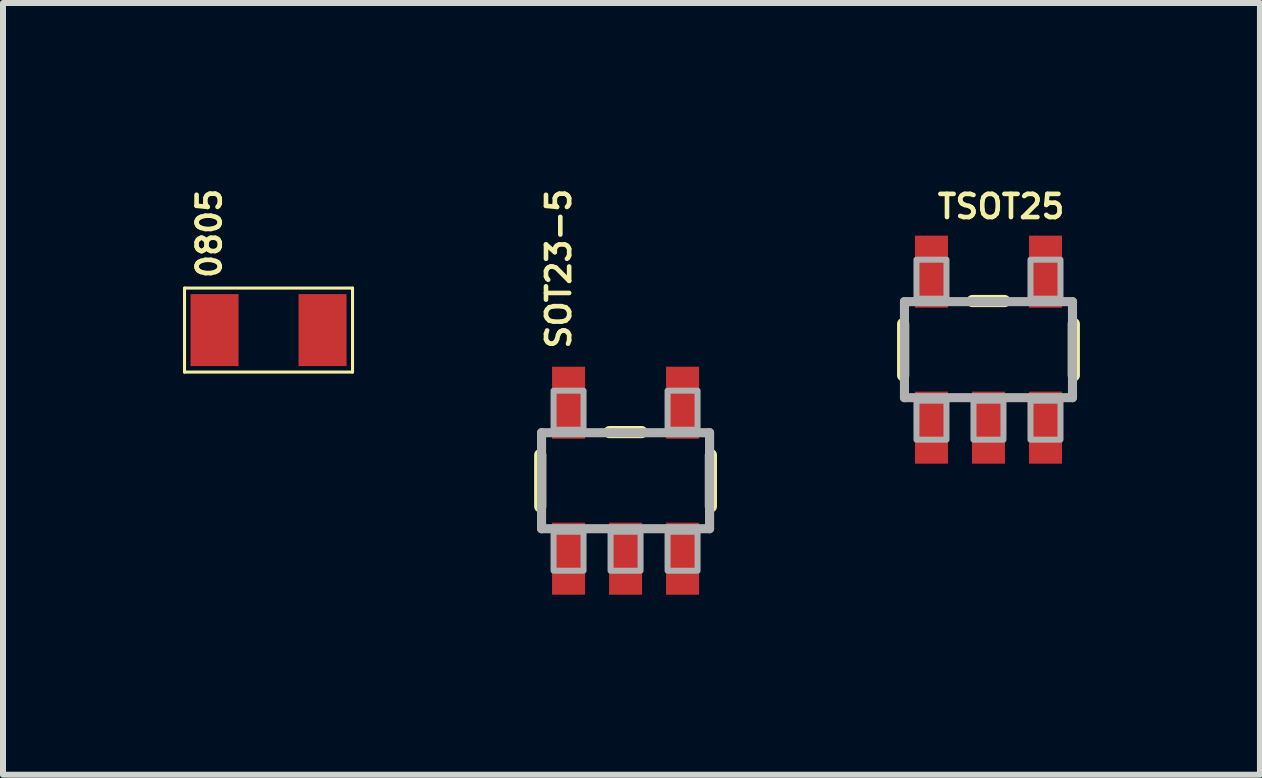
<source format=kicad_pcb>
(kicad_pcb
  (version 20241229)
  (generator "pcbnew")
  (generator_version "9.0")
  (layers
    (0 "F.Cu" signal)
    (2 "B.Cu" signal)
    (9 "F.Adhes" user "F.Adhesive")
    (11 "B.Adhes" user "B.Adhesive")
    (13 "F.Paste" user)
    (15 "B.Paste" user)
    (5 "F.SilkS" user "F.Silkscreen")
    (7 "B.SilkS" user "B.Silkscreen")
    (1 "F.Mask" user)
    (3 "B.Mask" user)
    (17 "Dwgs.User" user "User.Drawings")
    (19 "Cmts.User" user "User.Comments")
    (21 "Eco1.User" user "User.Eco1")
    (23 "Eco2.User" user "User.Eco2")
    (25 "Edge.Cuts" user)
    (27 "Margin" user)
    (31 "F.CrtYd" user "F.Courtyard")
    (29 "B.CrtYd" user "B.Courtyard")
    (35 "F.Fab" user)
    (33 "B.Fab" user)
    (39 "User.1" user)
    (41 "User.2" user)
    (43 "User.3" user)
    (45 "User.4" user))
  (footprint "0805"
    (layer "F.Cu")
    (at 1.425 2.451)
    (property "Reference" "0805" (at -0.762 -0.826 270) (layer "F.SilkS") (effects (font (size 0.386 0.386) (thickness 0.077)) (justify left bottom)))
    (attr through_hole)
    (fp_line (start -1.4 -0.7) (end 1.4 -0.7) (stroke (width 0.051) (type solid)) (layer "F.SilkS"))
    (fp_line (start -1.4 0.7) (end -1.4 -0.7) (stroke (width 0.051) (type solid)) (layer "F.SilkS"))
    (fp_line (start 1.4 -0.7) (end 1.4 0.7) (stroke (width 0.051) (type solid)) (layer "F.SilkS"))
    (fp_line (start 1.4 0.7) (end -1.4 0.7) (stroke (width 0.051) (type solid)) (layer "F.SilkS"))
    (pad "1" smd rect (at -0.9 0) (size 0.8 1.2) (layers "F.Cu" "F.Mask" "F.Paste"))
    (pad "2" smd rect (at 0.9 0) (size 0.8 1.2) (layers "F.Cu" "F.Mask" "F.Paste")))
  (footprint "SOT23-5"
    (layer "F.Cu")
    (at 7.375 4.961)
    (property "Reference" "SOT23-5" (at -0.889 -2.159 90) (layer "F.SilkS") (effects (font (size 0.386 0.386) (thickness 0.077)) (justify left bottom)))
    (attr through_hole)
    (fp_line (start -1.422 0.429) (end -1.422 -0.429) (stroke (width 0.203) (type solid)) (layer "F.SilkS"))
    (fp_line (start -0.268 -0.81) (end 0.268 -0.81) (stroke (width 0.203) (type solid)) (layer "F.SilkS"))
    (fp_line (start 1.422 -0.429) (end 1.422 0.429) (stroke (width 0.203) (type solid)) (layer "F.SilkS"))
    (fp_line (start -1.4 -0.8) (end -1.4 0.8) (stroke (width 0.152) (type solid)) (layer "F.Fab"))
    (fp_line (start -1.4 -0.8) (end 1.4 -0.8) (stroke (width 0.152) (type solid)) (layer "F.Fab"))
    (fp_line (start 1.4 -0.8) (end 1.4 0.8) (stroke (width 0.152) (type solid)) (layer "F.Fab"))
    (fp_line (start 1.4 0.8) (end -1.4 0.8) (stroke (width 0.152) (type solid)) (layer "F.Fab"))
    (fp_poly (pts (xy -1.2 -0.85) (xy -0.7 -0.85) (xy -0.7 -1.5) (xy -1.2 -1.5)) (stroke (width 0.1) (type solid)) (fill no) (layer "F.Fab"))
    (fp_poly (pts (xy -1.2 1.5) (xy -0.7 1.5) (xy -0.7 0.85) (xy -1.2 0.85)) (stroke (width 0.1) (type solid)) (fill no) (layer "F.Fab"))
    (fp_poly (pts (xy -0.25 1.5) (xy 0.25 1.5) (xy 0.25 0.85) (xy -0.25 0.85)) (stroke (width 0.1) (type solid)) (fill no) (layer "F.Fab"))
    (fp_poly (pts (xy 0.7 -0.85) (xy 1.2 -0.85) (xy 1.2 -1.5) (xy 0.7 -1.5)) (stroke (width 0.1) (type solid)) (fill no) (layer "F.Fab"))
    (fp_poly (pts (xy 0.7 1.5) (xy 1.2 1.5) (xy 1.2 0.85) (xy 0.7 0.85)) (stroke (width 0.1) (type solid)) (fill no) (layer "F.Fab"))
    (pad "1" smd rect (at -0.95 1.3) (size 0.55 1.2) (layers "F.Cu" "F.Mask" "F.Paste"))
    (pad "2" smd rect (at 0 1.3) (size 0.55 1.2) (layers "F.Cu" "F.Mask" "F.Paste"))
    (pad "3" smd rect (at 0.95 1.3) (size 0.55 1.2) (layers "F.Cu" "F.Mask" "F.Paste"))
    (pad "4" smd rect (at 0.95 -1.3) (size 0.55 1.2) (layers "F.Cu" "F.Mask" "F.Paste"))
    (pad "5" smd rect (at -0.95 -1.3) (size 0.55 1.2) (layers "F.Cu" "F.Mask" "F.Paste")))
  (footprint "TSOT25"
    (layer "F.Cu")
    (at 13.423 2.777)
    (property "Reference" "TSOT25" (at -0.889 -2.159 180) (layer "F.SilkS") (effects (font (size 0.386 0.386) (thickness 0.077)) (justify left bottom)))
    (attr through_hole)
    (fp_line (start -1.422 0.429) (end -1.422 -0.429) (stroke (width 0.203) (type solid)) (layer "F.SilkS"))
    (fp_line (start -0.268 -0.81) (end 0.268 -0.81) (stroke (width 0.203) (type solid)) (layer "F.SilkS"))
    (fp_line (start 1.422 -0.429) (end 1.422 0.429) (stroke (width 0.203) (type solid)) (layer "F.SilkS"))
    (fp_line (start -1.4 -0.8) (end -1.4 0.8) (stroke (width 0.152) (type solid)) (layer "F.Fab"))
    (fp_line (start -1.4 -0.8) (end 1.4 -0.8) (stroke (width 0.152) (type solid)) (layer "F.Fab"))
    (fp_line (start 1.4 -0.8) (end 1.4 0.8) (stroke (width 0.152) (type solid)) (layer "F.Fab"))
    (fp_line (start 1.4 0.8) (end -1.4 0.8) (stroke (width 0.152) (type solid)) (layer "F.Fab"))
    (fp_poly (pts (xy -1.2 -0.85) (xy -0.7 -0.85) (xy -0.7 -1.5) (xy -1.2 -1.5)) (stroke (width 0.1) (type solid)) (fill no) (layer "F.Fab"))
    (fp_poly (pts (xy -1.2 1.5) (xy -0.7 1.5) (xy -0.7 0.85) (xy -1.2 0.85)) (stroke (width 0.1) (type solid)) (fill no) (layer "F.Fab"))
    (fp_poly (pts (xy -0.25 1.5) (xy 0.25 1.5) (xy 0.25 0.85) (xy -0.25 0.85)) (stroke (width 0.1) (type solid)) (fill no) (layer "F.Fab"))
    (fp_poly (pts (xy 0.7 -0.85) (xy 1.2 -0.85) (xy 1.2 -1.5) (xy 0.7 -1.5)) (stroke (width 0.1) (type solid)) (fill no) (layer "F.Fab"))
    (fp_poly (pts (xy 0.7 1.5) (xy 1.2 1.5) (xy 1.2 0.85) (xy 0.7 0.85)) (stroke (width 0.1) (type solid)) (fill no) (layer "F.Fab"))
    (pad "1" smd rect (at -0.95 1.3) (size 0.55 1.2) (layers "F.Cu" "F.Mask" "F.Paste"))
    (pad "2" smd rect (at 0 1.3) (size 0.55 1.2) (layers "F.Cu" "F.Mask" "F.Paste"))
    (pad "3" smd rect (at 0.95 1.3) (size 0.55 1.2) (layers "F.Cu" "F.Mask" "F.Paste"))
    (pad "4" smd rect (at 0.95 -1.3) (size 0.55 1.2) (layers "F.Cu" "F.Mask" "F.Paste"))
    (pad "5" smd rect (at -0.95 -1.3) (size 0.55 1.2) (layers "F.Cu" "F.Mask" "F.Paste")))
  (gr_rect
    (start -3 -3)
    (end 17.947 9.861)
    (stroke (width 0.1) (type default))
    (fill no)
    (layer "Edge.Cuts")))
</source>
